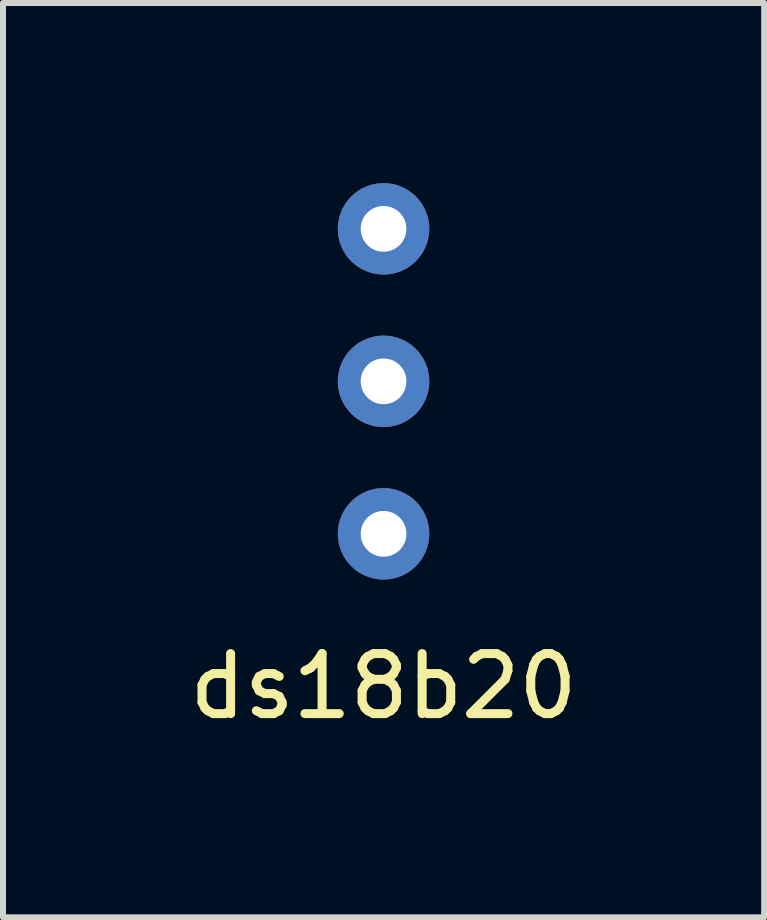
<source format=kicad_pcb>
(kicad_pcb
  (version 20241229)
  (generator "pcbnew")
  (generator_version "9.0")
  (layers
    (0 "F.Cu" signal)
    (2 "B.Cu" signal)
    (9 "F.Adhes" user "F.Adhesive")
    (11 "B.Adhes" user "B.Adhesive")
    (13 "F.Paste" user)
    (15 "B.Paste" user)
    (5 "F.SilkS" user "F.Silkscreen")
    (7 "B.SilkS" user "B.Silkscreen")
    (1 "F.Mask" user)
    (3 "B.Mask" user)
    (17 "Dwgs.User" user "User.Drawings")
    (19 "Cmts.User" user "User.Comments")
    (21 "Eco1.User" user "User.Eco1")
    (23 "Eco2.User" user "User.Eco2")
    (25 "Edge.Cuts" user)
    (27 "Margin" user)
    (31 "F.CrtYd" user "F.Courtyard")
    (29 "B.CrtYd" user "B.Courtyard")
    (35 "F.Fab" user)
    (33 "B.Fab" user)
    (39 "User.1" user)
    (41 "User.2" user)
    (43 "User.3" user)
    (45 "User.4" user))
  (footprint "ds18b20"
    (layer "F.Cu")
    (at 3.339 3.302)
    (property "Reference" "ds18b20" (at 0 5.08 0) (layer "F.SilkS") (effects (font (size 1 1) (thickness 0.15))))
    (attr through_hole)
    (pad "1" thru_hole circle (at 0 -2.54) (size 1.524 1.524) (drill 0.762) (layers "*.Cu" "*.Mask"))
    (pad "2" thru_hole circle (at 0 0) (size 1.524 1.524) (drill 0.762) (layers "*.Cu" "*.Mask"))
    (pad "3" thru_hole circle (at 0 2.54) (size 1.524 1.524) (drill 0.762) (layers "*.Cu" "*.Mask")))
  (gr_rect
    (start -3 -3)
    (end 9.679 12.23)
    (stroke (width 0.1) (type default))
    (fill no)
    (layer "Edge.Cuts")))
</source>
